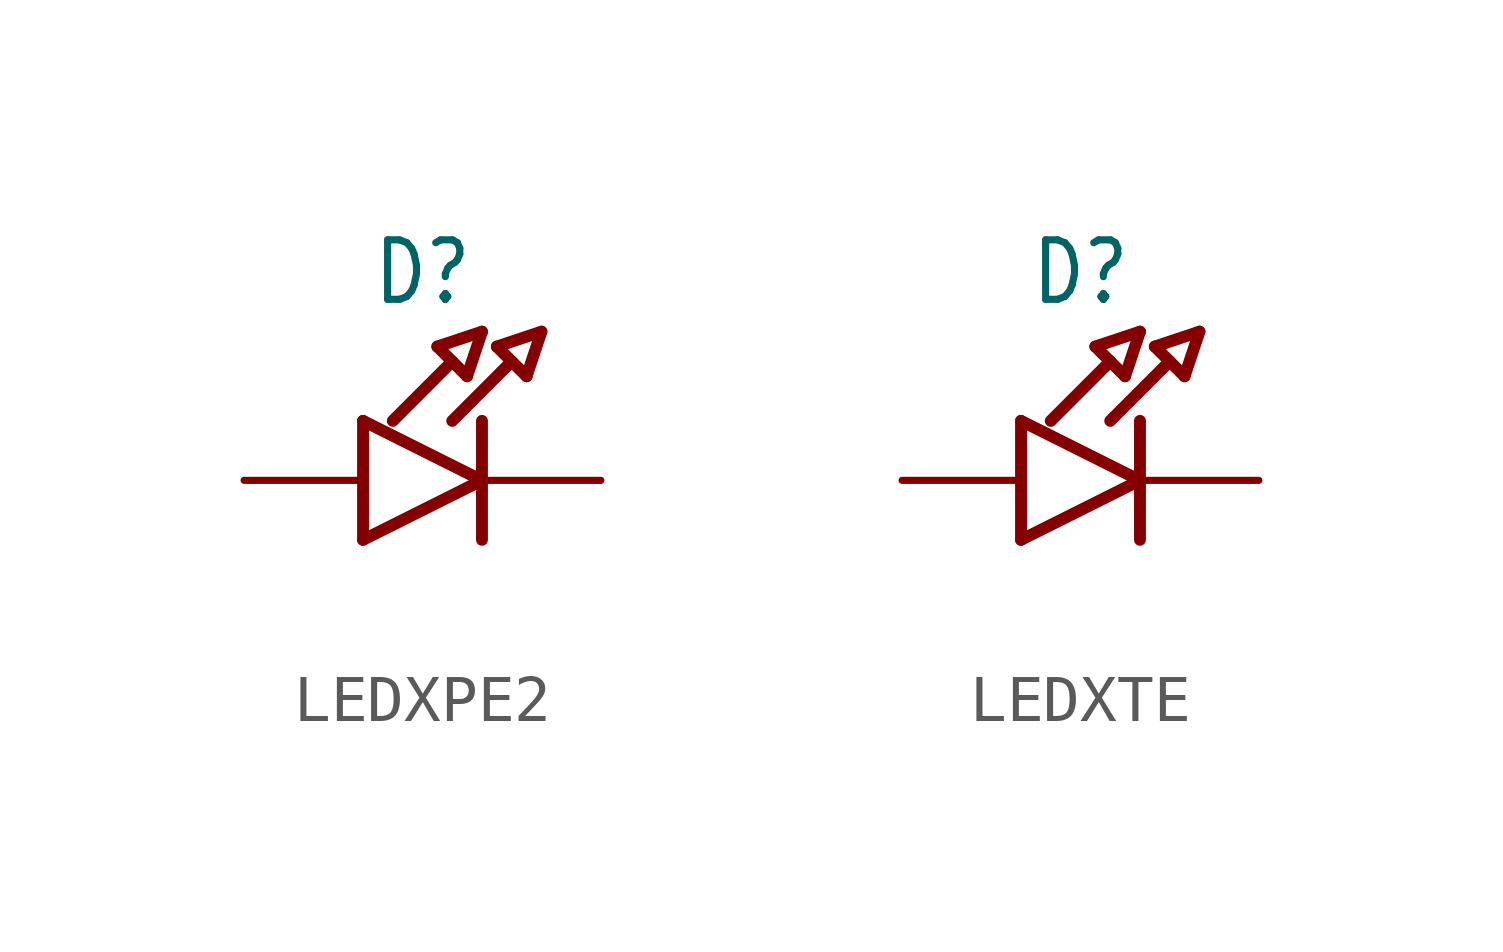
<source format=kicad_sym>
(kicad_symbol_lib
  (version 20241209)
  (generator "kicad_symbol_editor")
  (generator_version "9.0")
  (symbol "LEDXPE2"
    (property "Reference" "D"
      (at -1.27 4.445 0)
      (effects (font (size 1.27 1.079))))
    (property "Value" ""
      (at -1.27 -2.794 0)
      (effects (font (size 1.27 1.079))))
    (property "ki_locked" ""
      (at 0 0 0)
      (effects (font (size 1.27 1.27))))
    (symbol "LEDXPE2_1_0"
      (polyline (pts (xy -2.54 1.27) (xy -2.54 -1.27)) (stroke (width 0.254) (type solid)) (fill (type none)))
      (polyline (pts (xy -2.54 -1.27) (xy 0 0)) (stroke (width 0.254) (type solid)) (fill (type none)))
      (polyline (pts (xy -1.905 1.27) (xy -0.635 2.54)) (stroke (width 0.254) (type solid)) (fill (type none)))
      (polyline (pts (xy -0.953 2.857) (xy -0.318 2.223)) (stroke (width 0.254) (type solid)) (fill (type none)))
      (polyline (pts (xy -0.635 1.27) (xy 0.635 2.54)) (stroke (width 0.254) (type solid)) (fill (type none)))
      (polyline (pts (xy -0.318 2.223) (xy 0 3.175)) (stroke (width 0.254) (type solid)) (fill (type none)))
      (polyline (pts (xy 0 3.175) (xy -0.953 2.857)) (stroke (width 0.254) (type solid)) (fill (type none)))
      (polyline (pts (xy 0 1.27) (xy 0 0)) (stroke (width 0.254) (type solid)) (fill (type none)))
      (polyline (pts (xy 0 0) (xy -2.54 1.27)) (stroke (width 0.254) (type solid)) (fill (type none)))
      (polyline (pts (xy 0 0) (xy 0 -1.27)) (stroke (width 0.254) (type solid)) (fill (type none)))
      (polyline (pts (xy 0.318 2.857) (xy 0.953 2.223)) (stroke (width 0.254) (type solid)) (fill (type none)))
      (polyline (pts (xy 0.953 2.223) (xy 1.27 3.175)) (stroke (width 0.254) (type solid)) (fill (type none)))
      (polyline (pts (xy 1.27 3.175) (xy 0.318 2.857)) (stroke (width 0.254) (type solid)) (fill (type none)))
      (pin passive line (at -5.08 0 0) (length 2.54) (name "A" (effects (font (size 0 0)))) (number "ANODE" (effects (font (size 0 0)))))
      (pin passive line (at 2.54 0 180) (length 2.54) (name "C" (effects (font (size 0 0)))) (number "CATHODE" (effects (font (size 0 0)))))))
  (symbol "LEDXTE"
    (property "Reference" "D"
      (at -1.27 4.445 0)
      (effects (font (size 1.27 1.079))))
    (property "Value" ""
      (at -1.27 -2.794 0)
      (effects (font (size 1.27 1.079))))
    (property "ki_locked" ""
      (at 0 0 0)
      (effects (font (size 1.27 1.27))))
    (symbol "LEDXTE_1_0"
      (polyline (pts (xy -2.54 1.27) (xy -2.54 -1.27)) (stroke (width 0.254) (type solid)) (fill (type none)))
      (polyline (pts (xy -2.54 -1.27) (xy 0 0)) (stroke (width 0.254) (type solid)) (fill (type none)))
      (polyline (pts (xy -1.905 1.27) (xy -0.635 2.54)) (stroke (width 0.254) (type solid)) (fill (type none)))
      (polyline (pts (xy -0.953 2.857) (xy -0.318 2.223)) (stroke (width 0.254) (type solid)) (fill (type none)))
      (polyline (pts (xy -0.635 1.27) (xy 0.635 2.54)) (stroke (width 0.254) (type solid)) (fill (type none)))
      (polyline (pts (xy -0.318 2.223) (xy 0 3.175)) (stroke (width 0.254) (type solid)) (fill (type none)))
      (polyline (pts (xy 0 3.175) (xy -0.953 2.857)) (stroke (width 0.254) (type solid)) (fill (type none)))
      (polyline (pts (xy 0 1.27) (xy 0 0)) (stroke (width 0.254) (type solid)) (fill (type none)))
      (polyline (pts (xy 0 0) (xy -2.54 1.27)) (stroke (width 0.254) (type solid)) (fill (type none)))
      (polyline (pts (xy 0 0) (xy 0 -1.27)) (stroke (width 0.254) (type solid)) (fill (type none)))
      (polyline (pts (xy 0.318 2.857) (xy 0.953 2.223)) (stroke (width 0.254) (type solid)) (fill (type none)))
      (polyline (pts (xy 0.953 2.223) (xy 1.27 3.175)) (stroke (width 0.254) (type solid)) (fill (type none)))
      (polyline (pts (xy 1.27 3.175) (xy 0.318 2.857)) (stroke (width 0.254) (type solid)) (fill (type none)))
      (pin passive line (at -5.08 0 0) (length 2.54) (name "A" (effects (font (size 0 0)))) (number "ANODE" (effects (font (size 0 0)))))
      (pin passive line (at 2.54 0 180) (length 2.54) (name "C" (effects (font (size 0 0)))) (number "CATHODE" (effects (font (size 0 0))))))))
</source>
